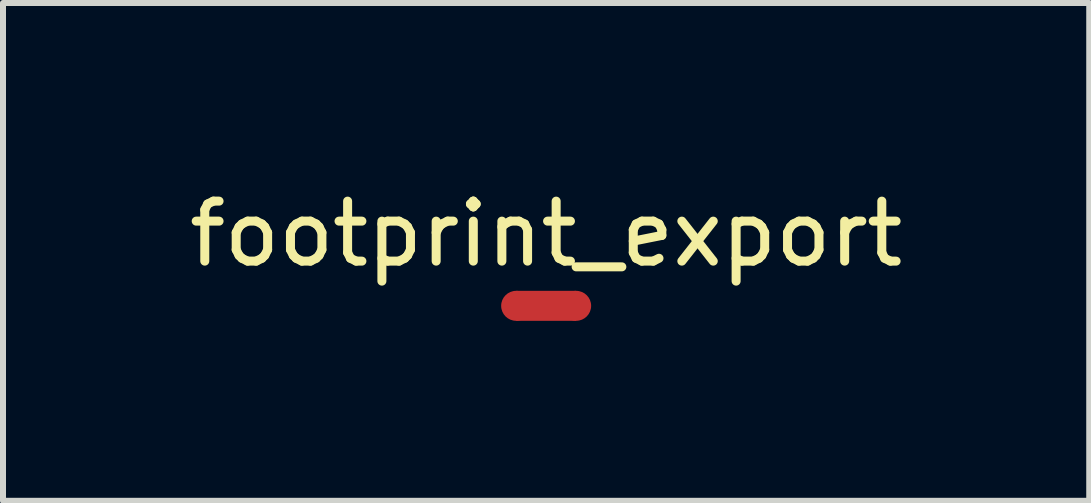
<source format=kicad_pcb>
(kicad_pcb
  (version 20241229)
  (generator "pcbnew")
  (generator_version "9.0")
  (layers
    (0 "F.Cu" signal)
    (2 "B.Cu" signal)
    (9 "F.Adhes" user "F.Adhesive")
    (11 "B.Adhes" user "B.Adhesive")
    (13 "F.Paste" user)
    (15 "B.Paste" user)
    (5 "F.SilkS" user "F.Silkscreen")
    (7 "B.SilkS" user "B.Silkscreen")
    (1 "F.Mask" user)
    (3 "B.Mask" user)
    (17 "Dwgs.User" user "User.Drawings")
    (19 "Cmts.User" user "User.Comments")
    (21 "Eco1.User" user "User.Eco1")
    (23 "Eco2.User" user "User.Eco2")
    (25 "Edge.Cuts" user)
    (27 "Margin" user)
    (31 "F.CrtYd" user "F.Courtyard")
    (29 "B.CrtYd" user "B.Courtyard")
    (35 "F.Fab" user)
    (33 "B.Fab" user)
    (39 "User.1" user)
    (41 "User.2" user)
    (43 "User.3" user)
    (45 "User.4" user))
  (footprint "footprint_export"
    (layer "F.Cu")
    (at 6.054 2.048)
    (property "Reference" "footprint_export" (at 0 -1.2 0) (layer "F.SilkS") (effects (font (size 1 1) (thickness 0.15))))
    (attr exclude_from_pos_files exclude_from_bom allow_missing_courtyard)
    (fp_poly (pts (xy -0.5 -0.25) (xy 0.5 -0.25) (xy 0.5 0.25) (xy -0.5 0.25)) (stroke (width 0) (type solid)) (fill yes) (layer "F.Cu"))
    (pad "1" smd circle (at -0.5 0) (size 0.5 0.5) (layers "F.Cu"))
    (pad "2" smd circle (at 0.5 0) (size 0.5 0.5) (layers "F.Cu")))
  (gr_rect
    (start -3 -3)
    (end 15.107 5.298)
    (stroke (width 0.1) (type default))
    (fill no)
    (layer "Edge.Cuts")))
</source>
